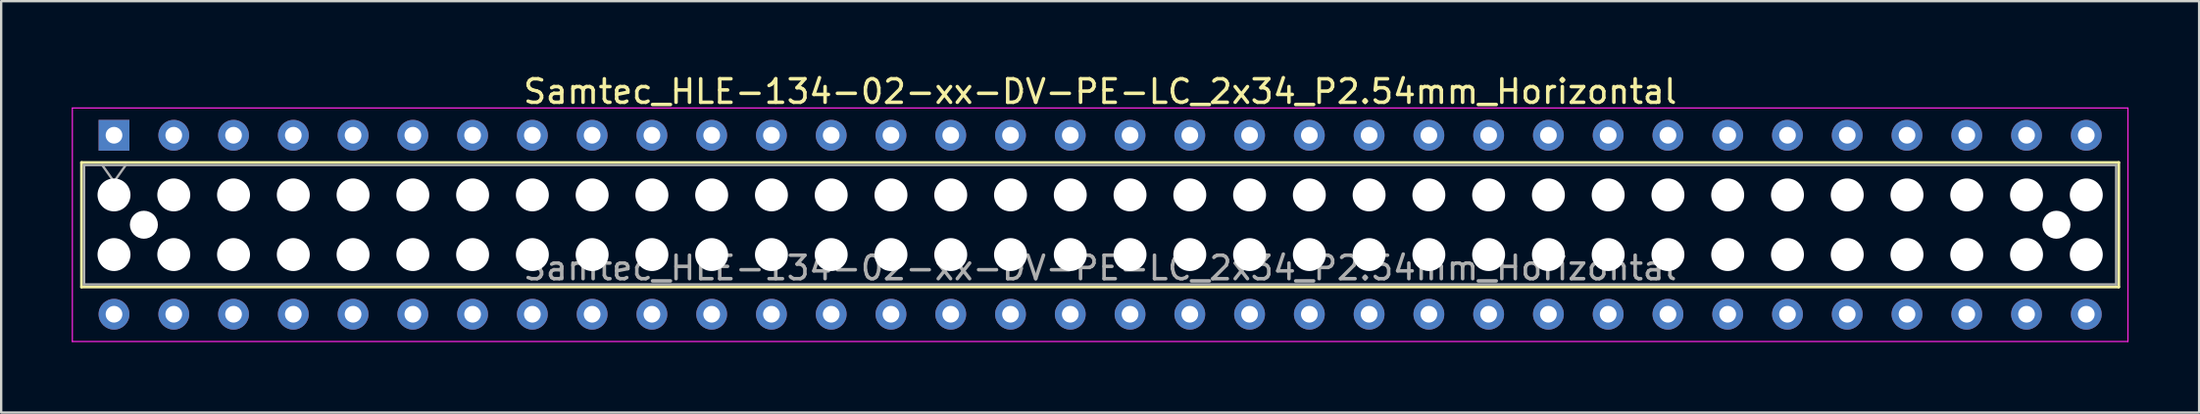
<source format=kicad_pcb>
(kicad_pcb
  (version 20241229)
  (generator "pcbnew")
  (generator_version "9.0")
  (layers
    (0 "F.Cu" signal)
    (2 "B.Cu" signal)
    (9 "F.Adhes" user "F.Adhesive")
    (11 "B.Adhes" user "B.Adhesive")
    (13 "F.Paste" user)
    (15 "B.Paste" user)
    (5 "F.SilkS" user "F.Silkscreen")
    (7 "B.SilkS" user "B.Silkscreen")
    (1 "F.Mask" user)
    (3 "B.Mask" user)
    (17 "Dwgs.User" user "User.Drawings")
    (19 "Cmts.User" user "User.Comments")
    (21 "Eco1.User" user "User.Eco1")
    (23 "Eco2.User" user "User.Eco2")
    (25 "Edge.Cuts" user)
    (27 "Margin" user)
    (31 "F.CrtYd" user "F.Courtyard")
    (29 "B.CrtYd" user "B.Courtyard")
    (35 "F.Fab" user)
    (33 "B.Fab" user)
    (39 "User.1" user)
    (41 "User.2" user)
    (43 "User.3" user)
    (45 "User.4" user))
  (footprint "Samtec_HLE-134-02-xx-DV-PE-LC_2x34_P2.54mm_Horizontal"
    (layer "F.Cu")
    (at 1.795 2.708)
    (property "Reference" "Samtec_HLE-134-02-xx-DV-PE-LC_2x34_P2.54mm_Horizontal" (at 41.91 -1.86 0) (layer "F.SilkS") (effects (font (size 1 1) (thickness 0.15))))
    (attr through_hole)
    (fp_line (start -1.38 1.16) (end 85.2 1.16) (stroke (width 0.12) (type solid)) (layer "F.SilkS"))
    (fp_line (start -1.38 6.46) (end -1.38 1.16) (stroke (width 0.12) (type solid)) (layer "F.SilkS"))
    (fp_line (start 85.2 1.16) (end 85.2 6.46) (stroke (width 0.12) (type solid)) (layer "F.SilkS"))
    (fp_line (start 85.2 6.46) (end -1.38 6.46) (stroke (width 0.12) (type solid)) (layer "F.SilkS"))
    (fp_line (start -1.77 -1.16) (end 85.59 -1.16) (stroke (width 0.05) (type solid)) (layer "F.CrtYd"))
    (fp_line (start -1.77 8.78) (end -1.77 -1.16) (stroke (width 0.05) (type solid)) (layer "F.CrtYd"))
    (fp_line (start 85.59 -1.16) (end 85.59 8.78) (stroke (width 0.05) (type solid)) (layer "F.CrtYd"))
    (fp_line (start 85.59 8.78) (end -1.77 8.78) (stroke (width 0.05) (type solid)) (layer "F.CrtYd"))
    (fp_line (start -1.27 1.27) (end 85.09 1.27) (stroke (width 0.1) (type solid)) (layer "F.Fab"))
    (fp_line (start -1.27 6.35) (end -1.27 1.27) (stroke (width 0.1) (type solid)) (layer "F.Fab"))
    (fp_line (start -0.5 1.27) (end 0 1.977) (stroke (width 0.1) (type solid)) (layer "F.Fab"))
    (fp_line (start 0 1.977) (end 0.5 1.27) (stroke (width 0.1) (type solid)) (layer "F.Fab"))
    (fp_line (start 85.09 1.27) (end 85.09 6.35) (stroke (width 0.1) (type solid)) (layer "F.Fab"))
    (fp_line (start 85.09 6.35) (end -1.27 6.35) (stroke (width 0.1) (type solid)) (layer "F.Fab"))
    (fp_text user "${REFERENCE}" (at 41.91 5.65 0) (layer "F.Fab") (effects (font (size 1 1) (thickness 0.15))))
    (pad "" np_thru_hole circle (at 0 2.54) (size 1.4 1.4) (drill 1.4) (layers "*.Cu" "*.Mask"))
    (pad "" np_thru_hole circle (at 0 5.08) (size 1.4 1.4) (drill 1.4) (layers "*.Cu" "*.Mask"))
    (pad "" np_thru_hole circle (at 1.27 3.81) (size 1.19 1.19) (drill 1.19) (layers "*.Cu" "*.Mask"))
    (pad "" np_thru_hole circle (at 2.54 2.54) (size 1.4 1.4) (drill 1.4) (layers "*.Cu" "*.Mask"))
    (pad "" np_thru_hole circle (at 2.54 5.08) (size 1.4 1.4) (drill 1.4) (layers "*.Cu" "*.Mask"))
    (pad "" np_thru_hole circle (at 5.08 2.54) (size 1.4 1.4) (drill 1.4) (layers "*.Cu" "*.Mask"))
    (pad "" np_thru_hole circle (at 5.08 5.08) (size 1.4 1.4) (drill 1.4) (layers "*.Cu" "*.Mask"))
    (pad "" np_thru_hole circle (at 7.62 2.54) (size 1.4 1.4) (drill 1.4) (layers "*.Cu" "*.Mask"))
    (pad "" np_thru_hole circle (at 7.62 5.08) (size 1.4 1.4) (drill 1.4) (layers "*.Cu" "*.Mask"))
    (pad "" np_thru_hole circle (at 10.16 2.54) (size 1.4 1.4) (drill 1.4) (layers "*.Cu" "*.Mask"))
    (pad "" np_thru_hole circle (at 10.16 5.08) (size 1.4 1.4) (drill 1.4) (layers "*.Cu" "*.Mask"))
    (pad "" np_thru_hole circle (at 12.7 2.54) (size 1.4 1.4) (drill 1.4) (layers "*.Cu" "*.Mask"))
    (pad "" np_thru_hole circle (at 12.7 5.08) (size 1.4 1.4) (drill 1.4) (layers "*.Cu" "*.Mask"))
    (pad "" np_thru_hole circle (at 15.24 2.54) (size 1.4 1.4) (drill 1.4) (layers "*.Cu" "*.Mask"))
    (pad "" np_thru_hole circle (at 15.24 5.08) (size 1.4 1.4) (drill 1.4) (layers "*.Cu" "*.Mask"))
    (pad "" np_thru_hole circle (at 17.78 2.54) (size 1.4 1.4) (drill 1.4) (layers "*.Cu" "*.Mask"))
    (pad "" np_thru_hole circle (at 17.78 5.08) (size 1.4 1.4) (drill 1.4) (layers "*.Cu" "*.Mask"))
    (pad "" np_thru_hole circle (at 20.32 2.54) (size 1.4 1.4) (drill 1.4) (layers "*.Cu" "*.Mask"))
    (pad "" np_thru_hole circle (at 20.32 5.08) (size 1.4 1.4) (drill 1.4) (layers "*.Cu" "*.Mask"))
    (pad "" np_thru_hole circle (at 22.86 2.54) (size 1.4 1.4) (drill 1.4) (layers "*.Cu" "*.Mask"))
    (pad "" np_thru_hole circle (at 22.86 5.08) (size 1.4 1.4) (drill 1.4) (layers "*.Cu" "*.Mask"))
    (pad "" np_thru_hole circle (at 25.4 2.54) (size 1.4 1.4) (drill 1.4) (layers "*.Cu" "*.Mask"))
    (pad "" np_thru_hole circle (at 25.4 5.08) (size 1.4 1.4) (drill 1.4) (layers "*.Cu" "*.Mask"))
    (pad "" np_thru_hole circle (at 27.94 2.54) (size 1.4 1.4) (drill 1.4) (layers "*.Cu" "*.Mask"))
    (pad "" np_thru_hole circle (at 27.94 5.08) (size 1.4 1.4) (drill 1.4) (layers "*.Cu" "*.Mask"))
    (pad "" np_thru_hole circle (at 30.48 2.54) (size 1.4 1.4) (drill 1.4) (layers "*.Cu" "*.Mask"))
    (pad "" np_thru_hole circle (at 30.48 5.08) (size 1.4 1.4) (drill 1.4) (layers "*.Cu" "*.Mask"))
    (pad "" np_thru_hole circle (at 33.02 2.54) (size 1.4 1.4) (drill 1.4) (layers "*.Cu" "*.Mask"))
    (pad "" np_thru_hole circle (at 33.02 5.08) (size 1.4 1.4) (drill 1.4) (layers "*.Cu" "*.Mask"))
    (pad "" np_thru_hole circle (at 35.56 2.54) (size 1.4 1.4) (drill 1.4) (layers "*.Cu" "*.Mask"))
    (pad "" np_thru_hole circle (at 35.56 5.08) (size 1.4 1.4) (drill 1.4) (layers "*.Cu" "*.Mask"))
    (pad "" np_thru_hole circle (at 38.1 2.54) (size 1.4 1.4) (drill 1.4) (layers "*.Cu" "*.Mask"))
    (pad "" np_thru_hole circle (at 38.1 5.08) (size 1.4 1.4) (drill 1.4) (layers "*.Cu" "*.Mask"))
    (pad "" np_thru_hole circle (at 40.64 2.54) (size 1.4 1.4) (drill 1.4) (layers "*.Cu" "*.Mask"))
    (pad "" np_thru_hole circle (at 40.64 5.08) (size 1.4 1.4) (drill 1.4) (layers "*.Cu" "*.Mask"))
    (pad "" np_thru_hole circle (at 43.18 2.54) (size 1.4 1.4) (drill 1.4) (layers "*.Cu" "*.Mask"))
    (pad "" np_thru_hole circle (at 43.18 5.08) (size 1.4 1.4) (drill 1.4) (layers "*.Cu" "*.Mask"))
    (pad "" np_thru_hole circle (at 45.72 2.54) (size 1.4 1.4) (drill 1.4) (layers "*.Cu" "*.Mask"))
    (pad "" np_thru_hole circle (at 45.72 5.08) (size 1.4 1.4) (drill 1.4) (layers "*.Cu" "*.Mask"))
    (pad "" np_thru_hole circle (at 48.26 2.54) (size 1.4 1.4) (drill 1.4) (layers "*.Cu" "*.Mask"))
    (pad "" np_thru_hole circle (at 48.26 5.08) (size 1.4 1.4) (drill 1.4) (layers "*.Cu" "*.Mask"))
    (pad "" np_thru_hole circle (at 50.8 2.54) (size 1.4 1.4) (drill 1.4) (layers "*.Cu" "*.Mask"))
    (pad "" np_thru_hole circle (at 50.8 5.08) (size 1.4 1.4) (drill 1.4) (layers "*.Cu" "*.Mask"))
    (pad "" np_thru_hole circle (at 53.34 2.54) (size 1.4 1.4) (drill 1.4) (layers "*.Cu" "*.Mask"))
    (pad "" np_thru_hole circle (at 53.34 5.08) (size 1.4 1.4) (drill 1.4) (layers "*.Cu" "*.Mask"))
    (pad "" np_thru_hole circle (at 55.88 2.54) (size 1.4 1.4) (drill 1.4) (layers "*.Cu" "*.Mask"))
    (pad "" np_thru_hole circle (at 55.88 5.08) (size 1.4 1.4) (drill 1.4) (layers "*.Cu" "*.Mask"))
    (pad "" np_thru_hole circle (at 58.42 2.54) (size 1.4 1.4) (drill 1.4) (layers "*.Cu" "*.Mask"))
    (pad "" np_thru_hole circle (at 58.42 5.08) (size 1.4 1.4) (drill 1.4) (layers "*.Cu" "*.Mask"))
    (pad "" np_thru_hole circle (at 60.96 2.54) (size 1.4 1.4) (drill 1.4) (layers "*.Cu" "*.Mask"))
    (pad "" np_thru_hole circle (at 60.96 5.08) (size 1.4 1.4) (drill 1.4) (layers "*.Cu" "*.Mask"))
    (pad "" np_thru_hole circle (at 63.5 2.54) (size 1.4 1.4) (drill 1.4) (layers "*.Cu" "*.Mask"))
    (pad "" np_thru_hole circle (at 63.5 5.08) (size 1.4 1.4) (drill 1.4) (layers "*.Cu" "*.Mask"))
    (pad "" np_thru_hole circle (at 66.04 2.54) (size 1.4 1.4) (drill 1.4) (layers "*.Cu" "*.Mask"))
    (pad "" np_thru_hole circle (at 66.04 5.08) (size 1.4 1.4) (drill 1.4) (layers "*.Cu" "*.Mask"))
    (pad "" np_thru_hole circle (at 68.58 2.54) (size 1.4 1.4) (drill 1.4) (layers "*.Cu" "*.Mask"))
    (pad "" np_thru_hole circle (at 68.58 5.08) (size 1.4 1.4) (drill 1.4) (layers "*.Cu" "*.Mask"))
    (pad "" np_thru_hole circle (at 71.12 2.54) (size 1.4 1.4) (drill 1.4) (layers "*.Cu" "*.Mask"))
    (pad "" np_thru_hole circle (at 71.12 5.08) (size 1.4 1.4) (drill 1.4) (layers "*.Cu" "*.Mask"))
    (pad "" np_thru_hole circle (at 73.66 2.54) (size 1.4 1.4) (drill 1.4) (layers "*.Cu" "*.Mask"))
    (pad "" np_thru_hole circle (at 73.66 5.08) (size 1.4 1.4) (drill 1.4) (layers "*.Cu" "*.Mask"))
    (pad "" np_thru_hole circle (at 76.2 2.54) (size 1.4 1.4) (drill 1.4) (layers "*.Cu" "*.Mask"))
    (pad "" np_thru_hole circle (at 76.2 5.08) (size 1.4 1.4) (drill 1.4) (layers "*.Cu" "*.Mask"))
    (pad "" np_thru_hole circle (at 78.74 2.54) (size 1.4 1.4) (drill 1.4) (layers "*.Cu" "*.Mask"))
    (pad "" np_thru_hole circle (at 78.74 5.08) (size 1.4 1.4) (drill 1.4) (layers "*.Cu" "*.Mask"))
    (pad "" np_thru_hole circle (at 81.28 2.54) (size 1.4 1.4) (drill 1.4) (layers "*.Cu" "*.Mask"))
    (pad "" np_thru_hole circle (at 81.28 5.08) (size 1.4 1.4) (drill 1.4) (layers "*.Cu" "*.Mask"))
    (pad "" np_thru_hole circle (at 82.55 3.81) (size 1.19 1.19) (drill 1.19) (layers "*.Cu" "*.Mask"))
    (pad "" np_thru_hole circle (at 83.82 2.54) (size 1.4 1.4) (drill 1.4) (layers "*.Cu" "*.Mask"))
    (pad "" np_thru_hole circle (at 83.82 5.08) (size 1.4 1.4) (drill 1.4) (layers "*.Cu" "*.Mask"))
    (pad "1" thru_hole rect (at 0 0) (size 1.31 1.31) (drill 0.71) (layers "*.Cu" "*.Mask"))
    (pad "2" thru_hole circle (at 0 7.62) (size 1.31 1.31) (drill 0.71) (layers "*.Cu" "*.Mask"))
    (pad "3" thru_hole circle (at 2.54 0) (size 1.31 1.31) (drill 0.71) (layers "*.Cu" "*.Mask"))
    (pad "4" thru_hole circle (at 2.54 7.62) (size 1.31 1.31) (drill 0.71) (layers "*.Cu" "*.Mask"))
    (pad "5" thru_hole circle (at 5.08 0) (size 1.31 1.31) (drill 0.71) (layers "*.Cu" "*.Mask"))
    (pad "6" thru_hole circle (at 5.08 7.62) (size 1.31 1.31) (drill 0.71) (layers "*.Cu" "*.Mask"))
    (pad "7" thru_hole circle (at 7.62 0) (size 1.31 1.31) (drill 0.71) (layers "*.Cu" "*.Mask"))
    (pad "8" thru_hole circle (at 7.62 7.62) (size 1.31 1.31) (drill 0.71) (layers "*.Cu" "*.Mask"))
    (pad "9" thru_hole circle (at 10.16 0) (size 1.31 1.31) (drill 0.71) (layers "*.Cu" "*.Mask"))
    (pad "10" thru_hole circle (at 10.16 7.62) (size 1.31 1.31) (drill 0.71) (layers "*.Cu" "*.Mask"))
    (pad "11" thru_hole circle (at 12.7 0) (size 1.31 1.31) (drill 0.71) (layers "*.Cu" "*.Mask"))
    (pad "12" thru_hole circle (at 12.7 7.62) (size 1.31 1.31) (drill 0.71) (layers "*.Cu" "*.Mask"))
    (pad "13" thru_hole circle (at 15.24 0) (size 1.31 1.31) (drill 0.71) (layers "*.Cu" "*.Mask"))
    (pad "14" thru_hole circle (at 15.24 7.62) (size 1.31 1.31) (drill 0.71) (layers "*.Cu" "*.Mask"))
    (pad "15" thru_hole circle (at 17.78 0) (size 1.31 1.31) (drill 0.71) (layers "*.Cu" "*.Mask"))
    (pad "16" thru_hole circle (at 17.78 7.62) (size 1.31 1.31) (drill 0.71) (layers "*.Cu" "*.Mask"))
    (pad "17" thru_hole circle (at 20.32 0) (size 1.31 1.31) (drill 0.71) (layers "*.Cu" "*.Mask"))
    (pad "18" thru_hole circle (at 20.32 7.62) (size 1.31 1.31) (drill 0.71) (layers "*.Cu" "*.Mask"))
    (pad "19" thru_hole circle (at 22.86 0) (size 1.31 1.31) (drill 0.71) (layers "*.Cu" "*.Mask"))
    (pad "20" thru_hole circle (at 22.86 7.62) (size 1.31 1.31) (drill 0.71) (layers "*.Cu" "*.Mask"))
    (pad "21" thru_hole circle (at 25.4 0) (size 1.31 1.31) (drill 0.71) (layers "*.Cu" "*.Mask"))
    (pad "22" thru_hole circle (at 25.4 7.62) (size 1.31 1.31) (drill 0.71) (layers "*.Cu" "*.Mask"))
    (pad "23" thru_hole circle (at 27.94 0) (size 1.31 1.31) (drill 0.71) (layers "*.Cu" "*.Mask"))
    (pad "24" thru_hole circle (at 27.94 7.62) (size 1.31 1.31) (drill 0.71) (layers "*.Cu" "*.Mask"))
    (pad "25" thru_hole circle (at 30.48 0) (size 1.31 1.31) (drill 0.71) (layers "*.Cu" "*.Mask"))
    (pad "26" thru_hole circle (at 30.48 7.62) (size 1.31 1.31) (drill 0.71) (layers "*.Cu" "*.Mask"))
    (pad "27" thru_hole circle (at 33.02 0) (size 1.31 1.31) (drill 0.71) (layers "*.Cu" "*.Mask"))
    (pad "28" thru_hole circle (at 33.02 7.62) (size 1.31 1.31) (drill 0.71) (layers "*.Cu" "*.Mask"))
    (pad "29" thru_hole circle (at 35.56 0) (size 1.31 1.31) (drill 0.71) (layers "*.Cu" "*.Mask"))
    (pad "30" thru_hole circle (at 35.56 7.62) (size 1.31 1.31) (drill 0.71) (layers "*.Cu" "*.Mask"))
    (pad "31" thru_hole circle (at 38.1 0) (size 1.31 1.31) (drill 0.71) (layers "*.Cu" "*.Mask"))
    (pad "32" thru_hole circle (at 38.1 7.62) (size 1.31 1.31) (drill 0.71) (layers "*.Cu" "*.Mask"))
    (pad "33" thru_hole circle (at 40.64 0) (size 1.31 1.31) (drill 0.71) (layers "*.Cu" "*.Mask"))
    (pad "34" thru_hole circle (at 40.64 7.62) (size 1.31 1.31) (drill 0.71) (layers "*.Cu" "*.Mask"))
    (pad "35" thru_hole circle (at 43.18 0) (size 1.31 1.31) (drill 0.71) (layers "*.Cu" "*.Mask"))
    (pad "36" thru_hole circle (at 43.18 7.62) (size 1.31 1.31) (drill 0.71) (layers "*.Cu" "*.Mask"))
    (pad "37" thru_hole circle (at 45.72 0) (size 1.31 1.31) (drill 0.71) (layers "*.Cu" "*.Mask"))
    (pad "38" thru_hole circle (at 45.72 7.62) (size 1.31 1.31) (drill 0.71) (layers "*.Cu" "*.Mask"))
    (pad "39" thru_hole circle (at 48.26 0) (size 1.31 1.31) (drill 0.71) (layers "*.Cu" "*.Mask"))
    (pad "40" thru_hole circle (at 48.26 7.62) (size 1.31 1.31) (drill 0.71) (layers "*.Cu" "*.Mask"))
    (pad "41" thru_hole circle (at 50.8 0) (size 1.31 1.31) (drill 0.71) (layers "*.Cu" "*.Mask"))
    (pad "42" thru_hole circle (at 50.8 7.62) (size 1.31 1.31) (drill 0.71) (layers "*.Cu" "*.Mask"))
    (pad "43" thru_hole circle (at 53.34 0) (size 1.31 1.31) (drill 0.71) (layers "*.Cu" "*.Mask"))
    (pad "44" thru_hole circle (at 53.34 7.62) (size 1.31 1.31) (drill 0.71) (layers "*.Cu" "*.Mask"))
    (pad "45" thru_hole circle (at 55.88 0) (size 1.31 1.31) (drill 0.71) (layers "*.Cu" "*.Mask"))
    (pad "46" thru_hole circle (at 55.88 7.62) (size 1.31 1.31) (drill 0.71) (layers "*.Cu" "*.Mask"))
    (pad "47" thru_hole circle (at 58.42 0) (size 1.31 1.31) (drill 0.71) (layers "*.Cu" "*.Mask"))
    (pad "48" thru_hole circle (at 58.42 7.62) (size 1.31 1.31) (drill 0.71) (layers "*.Cu" "*.Mask"))
    (pad "49" thru_hole circle (at 60.96 0) (size 1.31 1.31) (drill 0.71) (layers "*.Cu" "*.Mask"))
    (pad "50" thru_hole circle (at 60.96 7.62) (size 1.31 1.31) (drill 0.71) (layers "*.Cu" "*.Mask"))
    (pad "51" thru_hole circle (at 63.5 0) (size 1.31 1.31) (drill 0.71) (layers "*.Cu" "*.Mask"))
    (pad "52" thru_hole circle (at 63.5 7.62) (size 1.31 1.31) (drill 0.71) (layers "*.Cu" "*.Mask"))
    (pad "53" thru_hole circle (at 66.04 0) (size 1.31 1.31) (drill 0.71) (layers "*.Cu" "*.Mask"))
    (pad "54" thru_hole circle (at 66.04 7.62) (size 1.31 1.31) (drill 0.71) (layers "*.Cu" "*.Mask"))
    (pad "55" thru_hole circle (at 68.58 0) (size 1.31 1.31) (drill 0.71) (layers "*.Cu" "*.Mask"))
    (pad "56" thru_hole circle (at 68.58 7.62) (size 1.31 1.31) (drill 0.71) (layers "*.Cu" "*.Mask"))
    (pad "57" thru_hole circle (at 71.12 0) (size 1.31 1.31) (drill 0.71) (layers "*.Cu" "*.Mask"))
    (pad "58" thru_hole circle (at 71.12 7.62) (size 1.31 1.31) (drill 0.71) (layers "*.Cu" "*.Mask"))
    (pad "59" thru_hole circle (at 73.66 0) (size 1.31 1.31) (drill 0.71) (layers "*.Cu" "*.Mask"))
    (pad "60" thru_hole circle (at 73.66 7.62) (size 1.31 1.31) (drill 0.71) (layers "*.Cu" "*.Mask"))
    (pad "61" thru_hole circle (at 76.2 0) (size 1.31 1.31) (drill 0.71) (layers "*.Cu" "*.Mask"))
    (pad "62" thru_hole circle (at 76.2 7.62) (size 1.31 1.31) (drill 0.71) (layers "*.Cu" "*.Mask"))
    (pad "63" thru_hole circle (at 78.74 0) (size 1.31 1.31) (drill 0.71) (layers "*.Cu" "*.Mask"))
    (pad "64" thru_hole circle (at 78.74 7.62) (size 1.31 1.31) (drill 0.71) (layers "*.Cu" "*.Mask"))
    (pad "65" thru_hole circle (at 81.28 0) (size 1.31 1.31) (drill 0.71) (layers "*.Cu" "*.Mask"))
    (pad "66" thru_hole circle (at 81.28 7.62) (size 1.31 1.31) (drill 0.71) (layers "*.Cu" "*.Mask"))
    (pad "67" thru_hole circle (at 83.82 0) (size 1.31 1.31) (drill 0.71) (layers "*.Cu" "*.Mask"))
    (pad "68" thru_hole circle (at 83.82 7.62) (size 1.31 1.31) (drill 0.71) (layers "*.Cu" "*.Mask")))
  (gr_rect
    (start -3 -3)
    (end 90.41 14.513)
    (stroke (width 0.1) (type default))
    (fill no)
    (layer "Edge.Cuts")))
</source>
